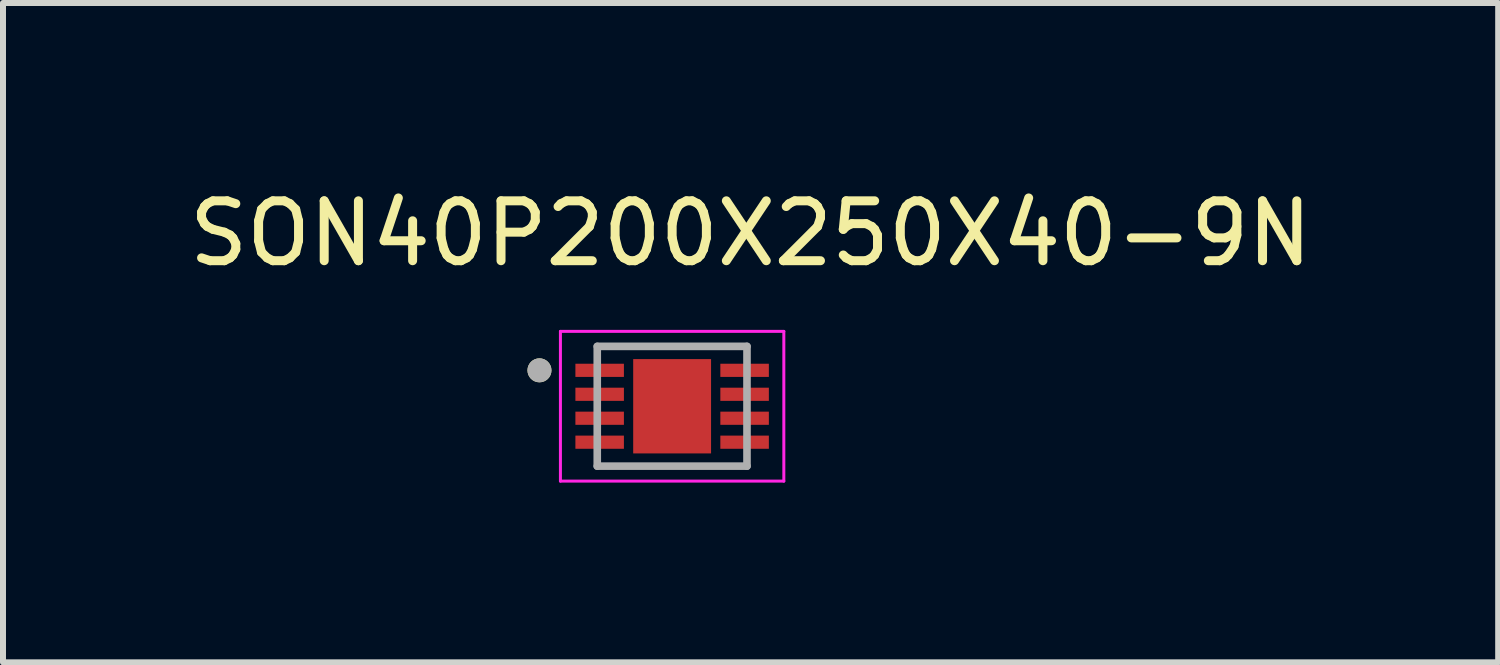
<source format=kicad_pcb>
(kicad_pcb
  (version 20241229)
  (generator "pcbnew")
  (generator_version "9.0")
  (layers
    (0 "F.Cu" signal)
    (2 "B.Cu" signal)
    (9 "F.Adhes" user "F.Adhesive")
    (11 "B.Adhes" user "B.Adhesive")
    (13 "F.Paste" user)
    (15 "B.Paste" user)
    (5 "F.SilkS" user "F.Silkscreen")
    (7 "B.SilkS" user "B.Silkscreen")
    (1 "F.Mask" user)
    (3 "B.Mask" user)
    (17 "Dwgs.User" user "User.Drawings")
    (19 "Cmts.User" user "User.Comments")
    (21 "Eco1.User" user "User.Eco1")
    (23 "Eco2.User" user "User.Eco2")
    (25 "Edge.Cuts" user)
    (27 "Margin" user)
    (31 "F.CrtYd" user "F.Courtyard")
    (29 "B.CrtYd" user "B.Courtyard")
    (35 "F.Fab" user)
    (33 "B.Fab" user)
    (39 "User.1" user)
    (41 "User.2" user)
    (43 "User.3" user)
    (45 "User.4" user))
  (footprint "SON40P200X250X40-9N"
    (layer "F.Cu")
    (at 8.172 3.733)
    (property "Reference" "SON40P200X250X40-9N" (at 1.31 -2.885 0) (layer "F.SilkS") (effects (font (size 1 1) (thickness 0.15))))
    (attr smd)
    (fp_poly (pts (xy -1.64 -0.735) (xy -0.78 -0.735) (xy -0.78 -0.465) (xy -1.64 -0.465)) (stroke (width 0.01) (type solid)) (fill yes) (layer "F.Mask"))
    (fp_poly (pts (xy -1.64 -0.335) (xy -0.78 -0.335) (xy -0.78 -0.065) (xy -1.64 -0.065)) (stroke (width 0.01) (type solid)) (fill yes) (layer "F.Mask"))
    (fp_poly (pts (xy -1.64 0.065) (xy -0.78 0.065) (xy -0.78 0.335) (xy -1.64 0.335)) (stroke (width 0.01) (type solid)) (fill yes) (layer "F.Mask"))
    (fp_poly (pts (xy -1.64 0.465) (xy -0.78 0.465) (xy -0.78 0.735) (xy -1.64 0.735)) (stroke (width 0.01) (type solid)) (fill yes) (layer "F.Mask"))
    (fp_poly (pts (xy -0.675 -0.812) (xy 0.675 -0.812) (xy 0.675 0.812) (xy -0.675 0.812)) (stroke (width 0.01) (type solid)) (fill yes) (layer "F.Mask"))
    (fp_poly (pts (xy 0.78 -0.735) (xy 1.64 -0.735) (xy 1.64 -0.465) (xy 0.78 -0.465)) (stroke (width 0.01) (type solid)) (fill yes) (layer "F.Mask"))
    (fp_poly (pts (xy 0.78 -0.335) (xy 1.64 -0.335) (xy 1.64 -0.065) (xy 0.78 -0.065)) (stroke (width 0.01) (type solid)) (fill yes) (layer "F.Mask"))
    (fp_poly (pts (xy 0.78 0.065) (xy 1.64 0.065) (xy 1.64 0.335) (xy 0.78 0.335)) (stroke (width 0.01) (type solid)) (fill yes) (layer "F.Mask"))
    (fp_poly (pts (xy 0.78 0.465) (xy 1.64 0.465) (xy 1.64 0.735) (xy 0.78 0.735)) (stroke (width 0.01) (type solid)) (fill yes) (layer "F.Mask"))
    (fp_circle (center -2.215 -0.6) (end -2.115 -0.6) (stroke (width 0.2) (type solid)) (fill no) (layer "F.SilkS"))
    (fp_poly (pts (xy -0.39 -0.615) (xy 0.39 -0.615) (xy 0.39 -0.085) (xy -0.39 -0.085)) (stroke (width 0.01) (type solid)) (fill yes) (layer "F.Paste"))
    (fp_poly (pts (xy -0.39 0.085) (xy 0.39 0.085) (xy 0.39 0.615) (xy -0.39 0.615)) (stroke (width 0.01) (type solid)) (fill yes) (layer "F.Paste"))
    (fp_line (start -1.865 -1.25) (end -1.865 1.25) (stroke (width 0.05) (type solid)) (layer "F.CrtYd"))
    (fp_line (start -1.865 1.25) (end 1.865 1.25) (stroke (width 0.05) (type solid)) (layer "F.CrtYd"))
    (fp_line (start 1.865 -1.25) (end -1.865 -1.25) (stroke (width 0.05) (type solid)) (layer "F.CrtYd"))
    (fp_line (start 1.865 1.25) (end 1.865 -1.25) (stroke (width 0.05) (type solid)) (layer "F.CrtYd"))
    (fp_line (start -1.25 -1) (end -1.25 1) (stroke (width 0.127) (type solid)) (layer "F.Fab"))
    (fp_line (start -1.25 1) (end 1.25 1) (stroke (width 0.127) (type solid)) (layer "F.Fab"))
    (fp_line (start 1.25 -1) (end -1.25 -1) (stroke (width 0.127) (type solid)) (layer "F.Fab"))
    (fp_line (start 1.25 1) (end 1.25 -1) (stroke (width 0.127) (type solid)) (layer "F.Fab"))
    (fp_circle (center -2.215 -0.6) (end -2.115 -0.6) (stroke (width 0.2) (type solid)) (fill no) (layer "F.Fab"))
    (pad "1" smd rect (at -1.21 -0.6) (size 0.81 0.22) (layers "F.Cu" "F.Paste"))
    (pad "2" smd rect (at -1.21 -0.2) (size 0.81 0.22) (layers "F.Cu" "F.Paste"))
    (pad "3" smd rect (at -1.21 0.2) (size 0.81 0.22) (layers "F.Cu" "F.Paste"))
    (pad "4" smd rect (at -1.21 0.6) (size 0.81 0.22) (layers "F.Cu" "F.Paste"))
    (pad "5" smd rect (at 1.21 0.6) (size 0.81 0.22) (layers "F.Cu" "F.Paste"))
    (pad "6" smd rect (at 1.21 0.2) (size 0.81 0.22) (layers "F.Cu" "F.Paste"))
    (pad "7" smd rect (at 1.21 -0.2) (size 0.81 0.22) (layers "F.Cu" "F.Paste"))
    (pad "8" smd rect (at 1.21 -0.6) (size 0.81 0.22) (layers "F.Cu" "F.Paste"))
    (pad "9" smd rect (at 0 0) (size 1.3 1.575) (layers "F.Cu")))
  (gr_rect
    (start -3 -3)
    (end 21.964 8.008)
    (stroke (width 0.1) (type default))
    (fill no)
    (layer "Edge.Cuts")))
</source>
